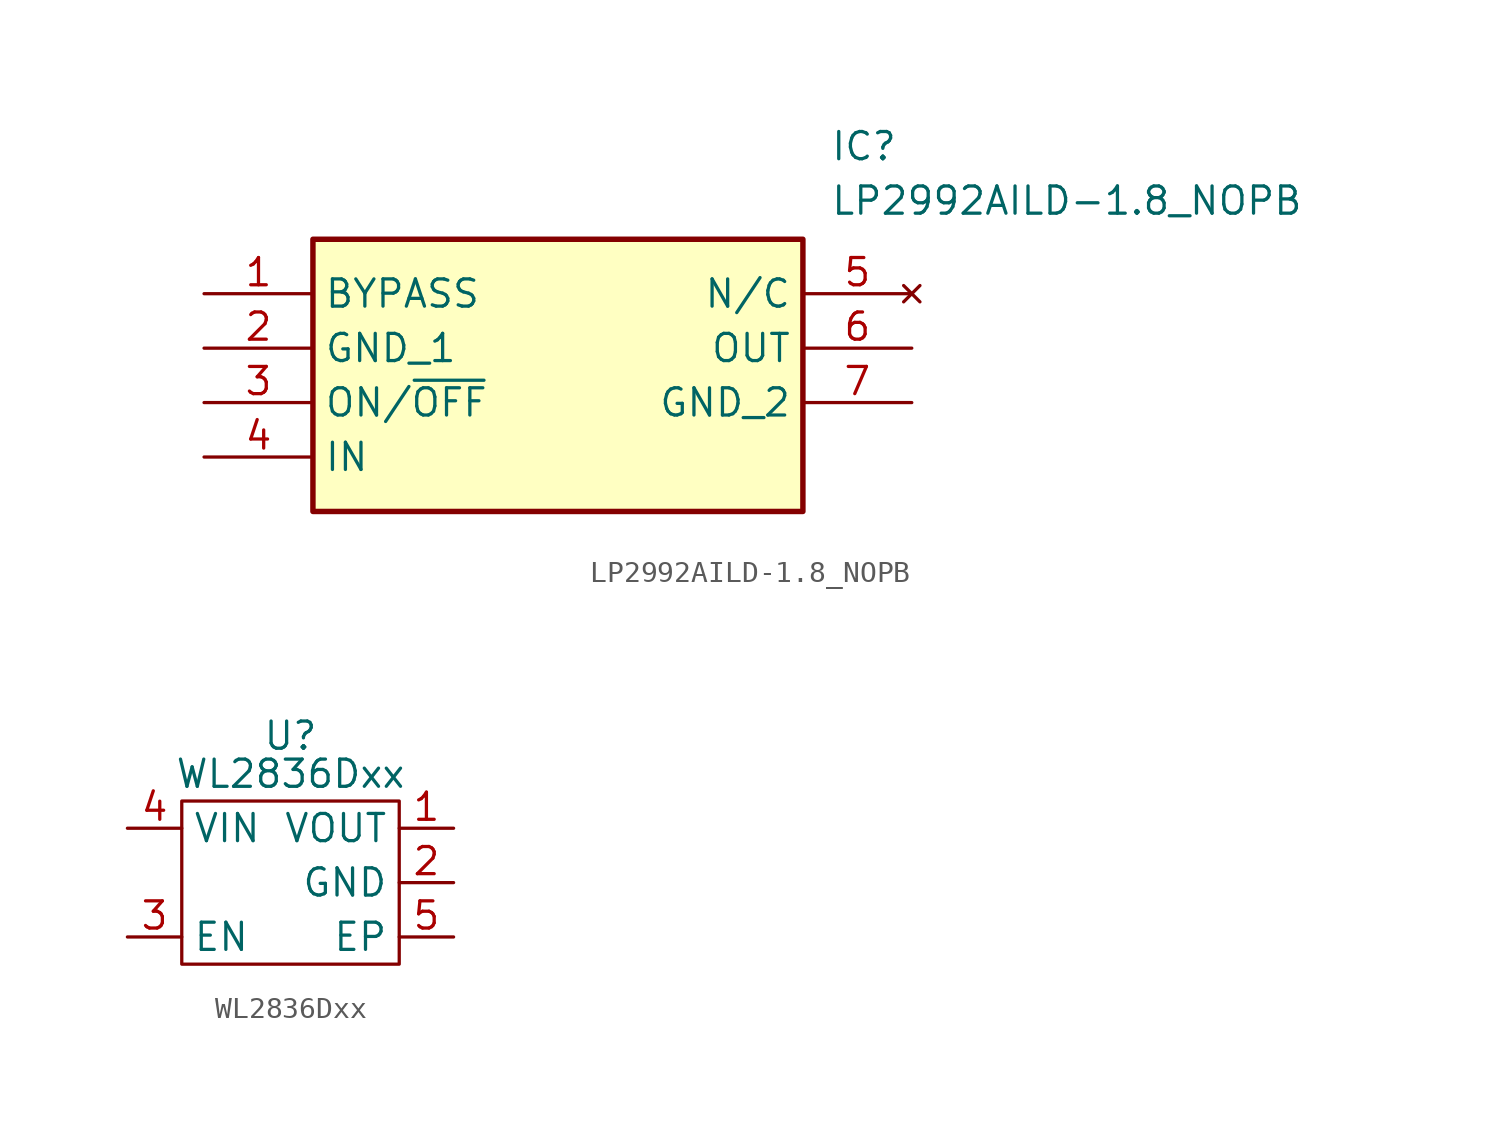
<source format=kicad_sym>
(kicad_symbol_lib
  (version 20241209)
  (generator "kicad_symbol_editor")
  (generator_version "9.0")
  (symbol "LP2992AILD-1.8_NOPB"
    (property "Reference" "IC"
      (at 29.21 7.62 0)
      (effects (font (size 1.27 1.27)) (justify left top)))
    (property "Value" "LP2992AILD-1.8_NOPB"
      (at 29.21 5.08 0)
      (effects (font (size 1.27 1.27)) (justify left top)))
    (symbol "LP2992AILD-1.8_NOPB_1_1"
      (rectangle (start 5.08 2.54) (end 27.94 -10.16) (stroke (width 0.254) (type default)) (fill (type background)))
      (pin passive line (at 0 0 0) (length 5.08) (name "BYPASS" (effects (font (size 1.27 1.27)))) (number "1" (effects (font (size 1.27 1.27)))))
      (pin passive line (at 0 -2.54 0) (length 5.08) (name "GND_1" (effects (font (size 1.27 1.27)))) (number "2" (effects (font (size 1.27 1.27)))))
      (pin passive line (at 0 -5.08 0) (length 5.08) (name "ON/~{OFF}" (effects (font (size 1.27 1.27)))) (number "3" (effects (font (size 1.27 1.27)))))
      (pin passive line (at 0 -7.62 0) (length 5.08) (name "IN" (effects (font (size 1.27 1.27)))) (number "4" (effects (font (size 1.27 1.27)))))
      (pin no_connect line (at 33.02 0 180) (length 5.08) (name "N/C" (effects (font (size 1.27 1.27)))) (number "5" (effects (font (size 1.27 1.27)))))
      (pin passive line (at 33.02 -2.54 180) (length 5.08) (name "OUT" (effects (font (size 1.27 1.27)))) (number "6" (effects (font (size 1.27 1.27)))))
      (pin passive line (at 33.02 -5.08 180) (length 5.08) (name "GND_2" (effects (font (size 1.27 1.27)))) (number "7" (effects (font (size 1.27 1.27)))))))
  (symbol "WL2836Dxx"
    (property "Reference" "U"
      (at 0 6.858 0)
      (effects (font (size 1.27 1.27))))
    (property "Value" "WL2836Dxx"
      (at 0 5.08 0)
      (effects (font (size 1.27 1.27))))
    (symbol "WL2836Dxx_0_1"
      (rectangle (start -5.08 3.81) (end 5.08 -3.81) (stroke (width 0) (type default)) (fill (type none))))
    (symbol "WL2836Dxx_1_1"
      (pin power_in line (at -7.62 2.54 0) (length 2.54) (name "VIN" (effects (font (size 1.27 1.27)))) (number "4" (effects (font (size 1.27 1.27)))))
      (pin input line (at -7.62 -2.54 0) (length 2.54) (name "EN" (effects (font (size 1.27 1.27)))) (number "3" (effects (font (size 1.27 1.27)))))
      (pin power_out line (at 7.62 2.54 180) (length 2.54) (name "VOUT" (effects (font (size 1.27 1.27)))) (number "1" (effects (font (size 1.27 1.27)))))
      (pin power_in line (at 7.62 0 180) (length 2.54) (name "GND" (effects (font (size 1.27 1.27)))) (number "2" (effects (font (size 1.27 1.27)))))
      (pin passive line (at 7.62 -2.54 180) (length 2.54) (name "EP" (effects (font (size 1.27 1.27)))) (number "5" (effects (font (size 1.27 1.27))))))))
</source>
